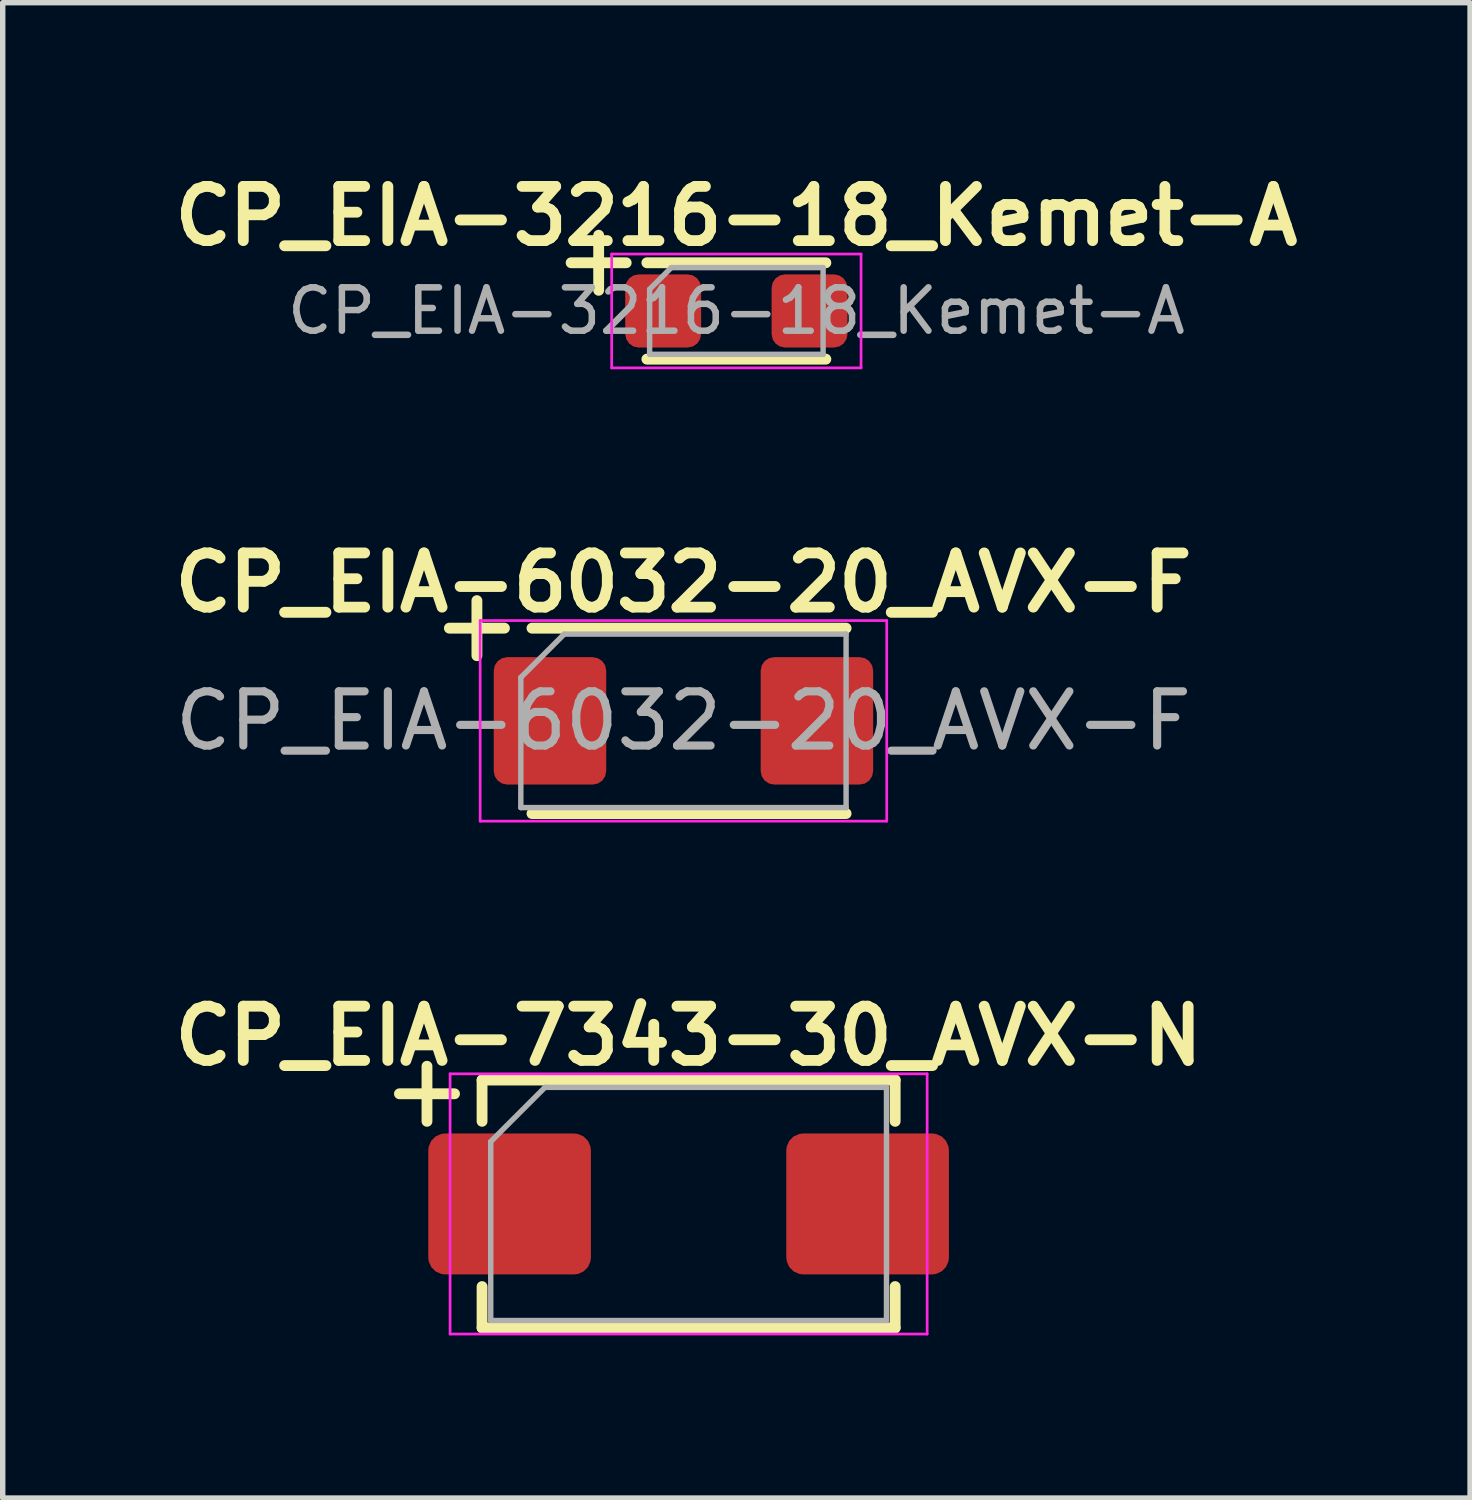
<source format=kicad_pcb>
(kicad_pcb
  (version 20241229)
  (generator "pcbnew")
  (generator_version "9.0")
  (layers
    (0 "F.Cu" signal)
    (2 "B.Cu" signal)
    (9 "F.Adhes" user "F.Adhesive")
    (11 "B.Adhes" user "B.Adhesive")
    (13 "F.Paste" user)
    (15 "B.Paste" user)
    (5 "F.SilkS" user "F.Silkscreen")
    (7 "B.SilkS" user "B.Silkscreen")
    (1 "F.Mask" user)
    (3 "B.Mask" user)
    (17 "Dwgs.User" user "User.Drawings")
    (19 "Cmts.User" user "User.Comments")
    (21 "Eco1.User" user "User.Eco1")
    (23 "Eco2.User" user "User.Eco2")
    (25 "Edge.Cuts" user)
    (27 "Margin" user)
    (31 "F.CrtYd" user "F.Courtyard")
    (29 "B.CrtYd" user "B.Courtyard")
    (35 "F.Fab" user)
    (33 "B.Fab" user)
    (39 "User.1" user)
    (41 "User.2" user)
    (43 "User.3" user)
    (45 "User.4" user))
  (footprint "CP_EIA-6032-20_AVX-F"
    (layer "F.Cu")
    (at 9.557 10.247)
    (property "Reference" "CP_EIA-6032-20_AVX-F" (at 0 -2.55 0) (layer "F.SilkS") (effects (font (size 1 1) (thickness 0.2) (bold yes))))
    (attr smd)
    (fp_line (start -3.81 -2.218) (end -3.81 -1.202) (stroke (width 0.2) (type solid)) (layer "F.SilkS"))
    (fp_line (start -3.302 -1.71) (end -4.318 -1.71) (stroke (width 0.2) (type solid)) (layer "F.SilkS"))
    (fp_line (start -2.794 1.71) (end 3 1.71) (stroke (width 0.2) (type solid)) (layer "F.SilkS"))
    (fp_line (start 3 -1.71) (end -2.794 -1.71) (stroke (width 0.2) (type solid)) (layer "F.SilkS"))
    (fp_line (start -3.75 -1.85) (end 3.75 -1.85) (stroke (width 0.05) (type solid)) (layer "F.CrtYd"))
    (fp_line (start -3.75 1.85) (end -3.75 -1.85) (stroke (width 0.05) (type solid)) (layer "F.CrtYd"))
    (fp_line (start 3.75 -1.85) (end 3.75 1.85) (stroke (width 0.05) (type solid)) (layer "F.CrtYd"))
    (fp_line (start 3.75 1.85) (end -3.75 1.85) (stroke (width 0.05) (type solid)) (layer "F.CrtYd"))
    (fp_line (start -3 -0.8) (end -3 1.6) (stroke (width 0.1) (type solid)) (layer "F.Fab"))
    (fp_line (start -3 1.6) (end 3 1.6) (stroke (width 0.1) (type solid)) (layer "F.Fab"))
    (fp_line (start -2.2 -1.6) (end -3 -0.8) (stroke (width 0.1) (type solid)) (layer "F.Fab"))
    (fp_line (start 3 -1.6) (end -2.2 -1.6) (stroke (width 0.1) (type solid)) (layer "F.Fab"))
    (fp_line (start 3 1.6) (end 3 -1.6) (stroke (width 0.1) (type solid)) (layer "F.Fab"))
    (fp_text user "${REFERENCE}" (at 0 0 0) (layer "F.Fab") (effects (font (size 1 1) (thickness 0.15))))
    (pad "1" smd roundrect (at -2.462 0) (size 2.075 2.35) (layers "F.Cu" "F.Mask" "F.Paste") (roundrect_rratio 0.12))
    (pad "2" smd roundrect (at 2.462 0) (size 2.075 2.35) (layers "F.Cu" "F.Mask" "F.Paste") (roundrect_rratio 0.12)))
  (footprint "CP_EIA-3216-18_Kemet-A"
    (layer "F.Cu")
    (at 10.533 2.686)
    (property "Reference" "CP_EIA-3216-18_Kemet-A" (at 0 -1.75 0) (layer "F.SilkS") (effects (font (size 1 1) (thickness 0.2))))
    (attr smd)
    (fp_line (start -3.048 -0.889) (end -2.032 -0.889) (stroke (width 0.2) (type solid)) (layer "F.SilkS"))
    (fp_line (start -2.54 -1.397) (end -2.54 -0.381) (stroke (width 0.2) (type solid)) (layer "F.SilkS"))
    (fp_line (start -1.651 0.889) (end 1.651 0.889) (stroke (width 0.2) (type solid)) (layer "F.SilkS"))
    (fp_line (start 1.651 -0.889) (end -1.651 -0.889) (stroke (width 0.2) (type solid)) (layer "F.SilkS"))
    (fp_line (start -2.3 -1.05) (end 2.3 -1.05) (stroke (width 0.05) (type solid)) (layer "F.CrtYd"))
    (fp_line (start -2.3 1.05) (end -2.3 -1.05) (stroke (width 0.05) (type solid)) (layer "F.CrtYd"))
    (fp_line (start 2.3 -1.05) (end 2.3 1.05) (stroke (width 0.05) (type solid)) (layer "F.CrtYd"))
    (fp_line (start 2.3 1.05) (end -2.3 1.05) (stroke (width 0.05) (type solid)) (layer "F.CrtYd"))
    (fp_line (start -1.6 -0.4) (end -1.6 0.8) (stroke (width 0.1) (type solid)) (layer "F.Fab"))
    (fp_line (start -1.6 0.8) (end 1.6 0.8) (stroke (width 0.1) (type solid)) (layer "F.Fab"))
    (fp_line (start -1.2 -0.8) (end -1.6 -0.4) (stroke (width 0.1) (type solid)) (layer "F.Fab"))
    (fp_line (start 1.6 -0.8) (end -1.2 -0.8) (stroke (width 0.1) (type solid)) (layer "F.Fab"))
    (fp_line (start 1.6 0.8) (end 1.6 -0.8) (stroke (width 0.1) (type solid)) (layer "F.Fab"))
    (fp_text user "${REFERENCE}" (at 0 0 0) (layer "F.Fab") (effects (font (size 0.8 0.8) (thickness 0.12))))
    (pad "1" smd roundrect (at -1.35 0) (size 1.4 1.35) (layers "F.Cu" "F.Mask" "F.Paste") (roundrect_rratio 0.185))
    (pad "2" smd roundrect (at 1.35 0) (size 1.4 1.35) (layers "F.Cu" "F.Mask" "F.Paste") (roundrect_rratio 0.185)))
  (footprint "CP_EIA-7343-30_AVX-N"
    (layer "F.Cu")
    (at 9.652 19.158)
    (property "Reference" "CP_EIA-7343-30_AVX-N" (at 0 -3.1 0) (layer "F.SilkS") (effects (font (size 1 1) (thickness 0.2))))
    (attr smd)
    (fp_line (start -4.826 -2.54) (end -4.826 -1.524) (stroke (width 0.2) (type solid)) (layer "F.SilkS"))
    (fp_line (start -4.318 -2.032) (end -5.334 -2.032) (stroke (width 0.2) (type solid)) (layer "F.SilkS"))
    (fp_line (start -3.81 -2.286) (end -3.81 -1.524) (stroke (width 0.2) (type solid)) (layer "F.SilkS"))
    (fp_line (start -3.81 2.286) (end -3.81 1.524) (stroke (width 0.2) (type solid)) (layer "F.SilkS"))
    (fp_line (start -3.81 2.286) (end 3.81 2.286) (stroke (width 0.2) (type solid)) (layer "F.SilkS"))
    (fp_line (start 3.81 -2.286) (end -3.81 -2.286) (stroke (width 0.2) (type solid)) (layer "F.SilkS"))
    (fp_line (start 3.81 -2.286) (end 3.81 -1.524) (stroke (width 0.2) (type solid)) (layer "F.SilkS"))
    (fp_line (start 3.81 2.286) (end 3.81 1.524) (stroke (width 0.2) (type solid)) (layer "F.SilkS"))
    (fp_line (start -4.4 -2.4) (end 4.4 -2.4) (stroke (width 0.05) (type solid)) (layer "F.CrtYd"))
    (fp_line (start -4.4 2.4) (end -4.4 -2.4) (stroke (width 0.05) (type solid)) (layer "F.CrtYd"))
    (fp_line (start 4.4 -2.4) (end 4.4 2.4) (stroke (width 0.05) (type solid)) (layer "F.CrtYd"))
    (fp_line (start 4.4 2.4) (end -4.4 2.4) (stroke (width 0.05) (type solid)) (layer "F.CrtYd"))
    (fp_line (start -3.65 -1.15) (end -3.65 2.15) (stroke (width 0.1) (type solid)) (layer "F.Fab"))
    (fp_line (start -3.65 2.15) (end 3.65 2.15) (stroke (width 0.1) (type solid)) (layer "F.Fab"))
    (fp_line (start -2.65 -2.15) (end -3.65 -1.15) (stroke (width 0.1) (type solid)) (layer "F.Fab"))
    (fp_line (start 3.65 -2.15) (end -2.65 -2.15) (stroke (width 0.1) (type solid)) (layer "F.Fab"))
    (fp_line (start 3.65 2.15) (end 3.65 -2.15) (stroke (width 0.1) (type solid)) (layer "F.Fab"))
    (pad "1" smd roundrect (at -3.302 0) (size 3 2.6) (layers "F.Cu" "F.Mask" "F.Paste") (roundrect_rratio 0.12))
    (pad "2" smd roundrect (at 3.302 0) (size 3 2.6) (layers "F.Cu" "F.Mask" "F.Paste") (roundrect_rratio 0.12)))
  (gr_rect
    (start -3 -3)
    (end 24.067 24.583)
    (stroke (width 0.1) (type default))
    (fill no)
    (layer "Edge.Cuts")))
</source>
